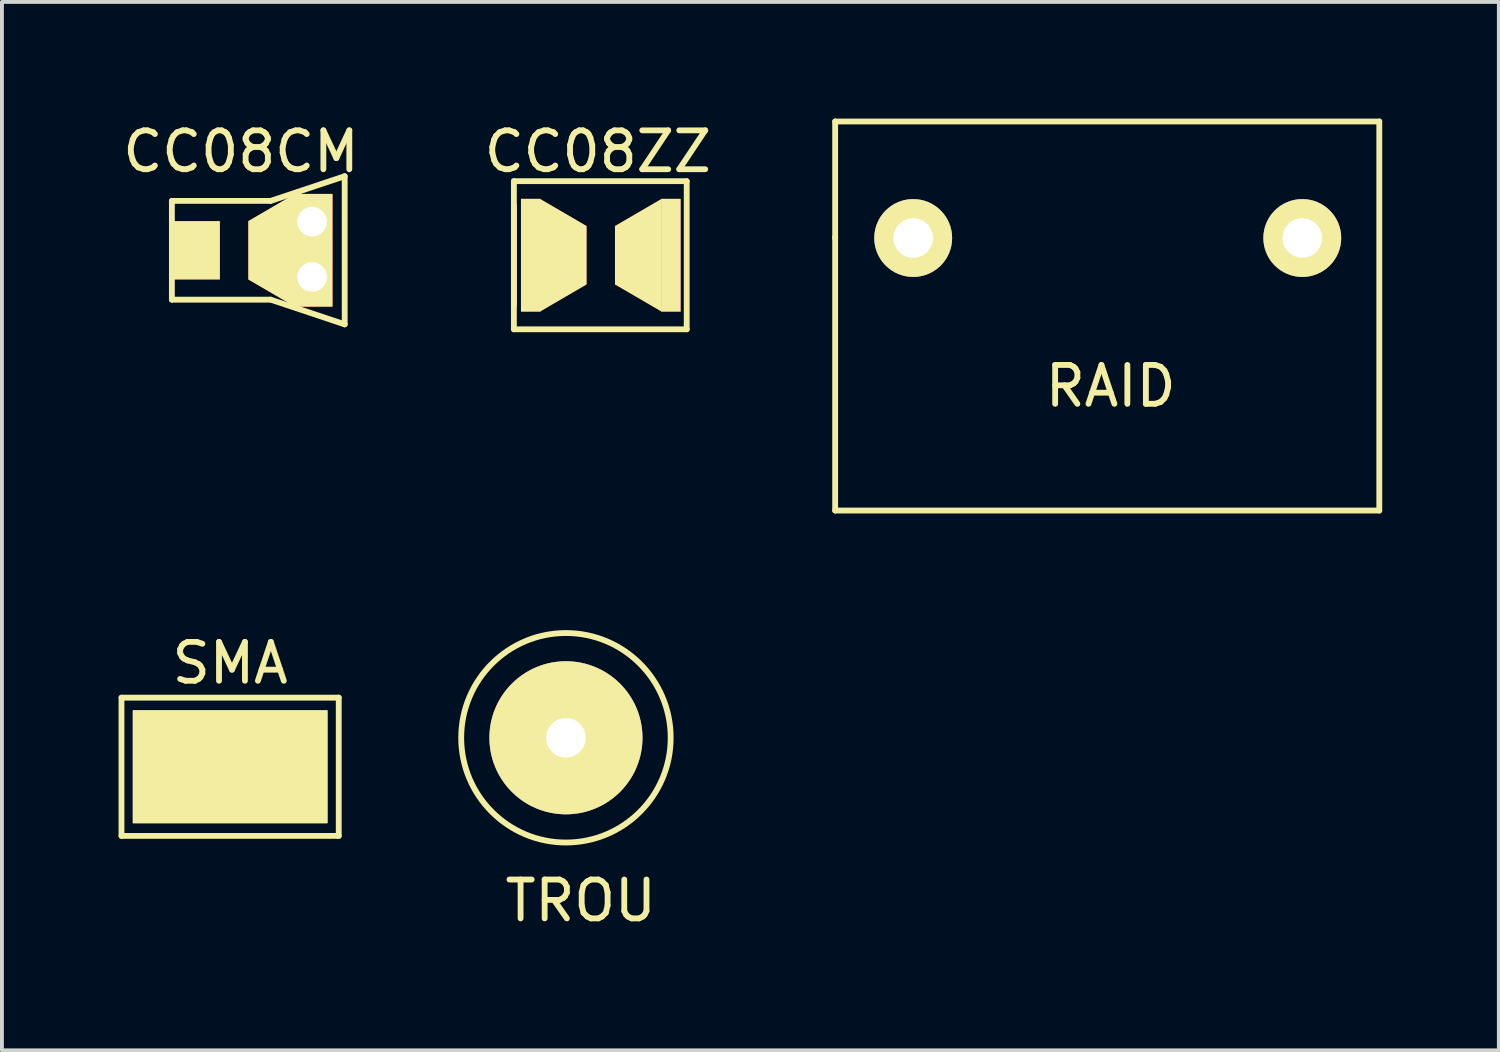
<source format=kicad_pcb>
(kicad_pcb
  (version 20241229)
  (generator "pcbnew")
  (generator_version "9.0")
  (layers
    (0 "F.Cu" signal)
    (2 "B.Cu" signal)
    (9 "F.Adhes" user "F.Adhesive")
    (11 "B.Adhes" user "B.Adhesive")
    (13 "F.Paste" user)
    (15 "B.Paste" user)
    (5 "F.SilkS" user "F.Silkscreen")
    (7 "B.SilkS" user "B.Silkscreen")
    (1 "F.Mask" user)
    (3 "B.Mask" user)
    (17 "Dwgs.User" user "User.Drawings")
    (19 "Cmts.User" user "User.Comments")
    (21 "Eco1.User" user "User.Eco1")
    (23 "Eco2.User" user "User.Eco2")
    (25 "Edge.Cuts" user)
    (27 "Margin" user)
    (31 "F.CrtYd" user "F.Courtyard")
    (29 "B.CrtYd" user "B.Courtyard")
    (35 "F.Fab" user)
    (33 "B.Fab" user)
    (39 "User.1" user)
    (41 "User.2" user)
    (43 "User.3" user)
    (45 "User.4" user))
  (footprint "SMA"
    (layer "F.Cu")
    (at 2.869 16.673)
    (property "Reference" "SMA" (at 0 -2.667 0) (layer "F.SilkS") (effects (font (size 1 1) (thickness 0.15))))
    (attr through_hole)
    (fp_line (start -2.794 -1.778) (end 2.794 -1.778) (stroke (width 0.15) (type solid)) (layer "F.SilkS"))
    (fp_line (start -2.794 1.778) (end -2.794 -1.778) (stroke (width 0.15) (type solid)) (layer "F.SilkS"))
    (fp_line (start 2.794 -1.778) (end 2.794 1.778) (stroke (width 0.15) (type solid)) (layer "F.SilkS"))
    (fp_line (start 2.794 1.778) (end -2.794 1.778) (stroke (width 0.15) (type solid)) (layer "F.SilkS"))
    (pad "1" smd rect (at 0 0) (size 5.004 2.901) (layers "F.Cu" "F.Mask" "F.SilkS" "F.Paste"))
    (pad "2" smd rect (at 0 0) (size 5.004 2.901) (layers "F.Mask" "B.Cu" "F.SilkS" "F.Paste")))
  (footprint "RAID"
    (layer "F.Cu")
    (at 26.154 4.977)
    (property "Reference" "RAID" (at -0.635 1.905 0) (layer "F.SilkS") (effects (font (size 1 1) (thickness 0.15))))
    (attr through_hole)
    (fp_line (start -7.722 -4.902) (end 6.274 -4.902) (stroke (width 0.15) (type solid)) (layer "F.SilkS"))
    (fp_line (start -7.722 -1.905) (end -7.722 -4.902) (stroke (width 0.15) (type solid)) (layer "F.SilkS"))
    (fp_line (start -7.722 5.105) (end -7.722 -1.93) (stroke (width 0.15) (type solid)) (layer "F.SilkS"))
    (fp_line (start 6.274 -4.902) (end 6.274 5.105) (stroke (width 0.15) (type solid)) (layer "F.SilkS"))
    (fp_line (start 6.274 5.105) (end -7.722 5.105) (stroke (width 0.15) (type solid)) (layer "F.SilkS"))
    (pad "" thru_hole circle (at -5.715 -1.905) (size 2.002 2.002) (drill 1.016) (layers "*.Cu" "*.Mask" "F.SilkS"))
    (pad "" thru_hole circle (at 4.293 -1.905) (size 2.002 2.002) (drill 1.016) (layers "*.Cu" "*.Mask" "F.SilkS")))
  (footprint "CC08CM"
    (layer "F.Cu")
    (at 3.276 3.388)
    (property "Reference" "CC08CM" (at -0.127 -2.54 0) (layer "F.SilkS") (effects (font (size 1 1) (thickness 0.15))))
    (attr through_hole)
    (fp_line (start -1.905 -1.27) (end -1.905 1.27) (stroke (width 0.15) (type solid)) (layer "F.SilkS"))
    (fp_line (start -1.905 1.27) (end 0.635 1.27) (stroke (width 0.15) (type solid)) (layer "F.SilkS"))
    (fp_line (start 0.635 -1.27) (end -1.905 -1.27) (stroke (width 0.15) (type solid)) (layer "F.SilkS"))
    (fp_line (start 0.635 1.27) (end 2.54 1.905) (stroke (width 0.15) (type solid)) (layer "F.SilkS"))
    (fp_line (start 2.54 -1.905) (end 0.635 -1.27) (stroke (width 0.15) (type solid)) (layer "F.SilkS"))
    (fp_line (start 2.54 1.905) (end 2.54 -1.905) (stroke (width 0.15) (type solid)) (layer "F.SilkS"))
    (pad "1" smd rect (at -1.27 0) (size 1.199 1.501) (layers "F.Cu" "F.Mask" "F.SilkS" "F.Paste"))
    (pad "2" smd trapezoid (at 0.66 0) (size 1.199 2.2) (rect_delta -0.699 0) (layers "F.Cu" "F.Mask" "F.SilkS" "F.Paste"))
    (pad "2" thru_hole circle (at 1.702 -0.737) (size 0.8 0.8) (drill 0.762) (layers "*.Cu" "*.Mask"))
    (pad "2" thru_hole circle (at 1.702 0.686) (size 0.8 0.8) (drill 0.762) (layers "*.Cu" "*.Mask"))
    (pad "2" smd rect (at 1.727 0) (size 1.001 2.901) (layers "F.Cu" "F.Mask" "F.SilkS" "F.Paste")))
  (footprint "CC08ZZ"
    (layer "F.Cu")
    (at 12.708 3.515)
    (property "Reference" "CC08ZZ" (at -0.381 -2.667 0) (layer "F.SilkS") (effects (font (size 1 1) (thickness 0.15))))
    (attr through_hole)
    (fp_line (start -2.54 -1.905) (end 1.905 -1.905) (stroke (width 0.15) (type solid)) (layer "F.SilkS"))
    (fp_line (start -2.54 1.27) (end -2.54 -1.27) (stroke (width 0.15) (type solid)) (layer "F.SilkS"))
    (fp_line (start -2.54 1.905) (end -2.54 -1.905) (stroke (width 0.15) (type solid)) (layer "F.SilkS"))
    (fp_line (start -2.54 1.905) (end 1.905 1.905) (stroke (width 0.15) (type solid)) (layer "F.SilkS"))
    (fp_line (start 1.905 -1.905) (end 1.905 1.905) (stroke (width 0.15) (type solid)) (layer "F.SilkS"))
    (pad "1" smd rect (at -2.108 0) (size 0.5 2.901) (layers "F.Cu" "F.Mask" "F.SilkS" "F.Paste"))
    (pad "1" smd trapezoid (at -1.27 0) (size 1.199 2.2) (rect_delta 0.699 0) (layers "F.Cu" "F.Mask" "F.SilkS" "F.Paste"))
    (pad "2" smd trapezoid (at 0.66 0) (size 1.199 2.2) (rect_delta -0.699 0) (layers "F.Cu" "F.Mask" "F.SilkS" "F.Paste"))
    (pad "2" smd rect (at 1.499 0) (size 0.5 2.901) (layers "F.Cu" "F.Mask" "F.SilkS" "F.Paste")))
  (footprint "TROU"
    (layer "F.Cu")
    (at 11.507 15.927)
    (property "Reference" "TROU" (at 0.381 4.191 0) (layer "F.SilkS") (effects (font (size 1 1) (thickness 0.15))))
    (attr through_hole)
    (fp_circle (center 0 0) (end 1.905 1.905) (stroke (width 0.15) (type solid)) (fill no) (layer "F.SilkS"))
    (pad "" thru_hole circle (at 0 0) (size 3.937 3.937) (drill 1.016) (layers "*.Cu" "*.Mask" "F.SilkS")))
  (gr_rect
    (start -3 -3)
    (end 35.503 23.966)
    (stroke (width 0.1) (type default))
    (fill no)
    (layer "Edge.Cuts")))
</source>
